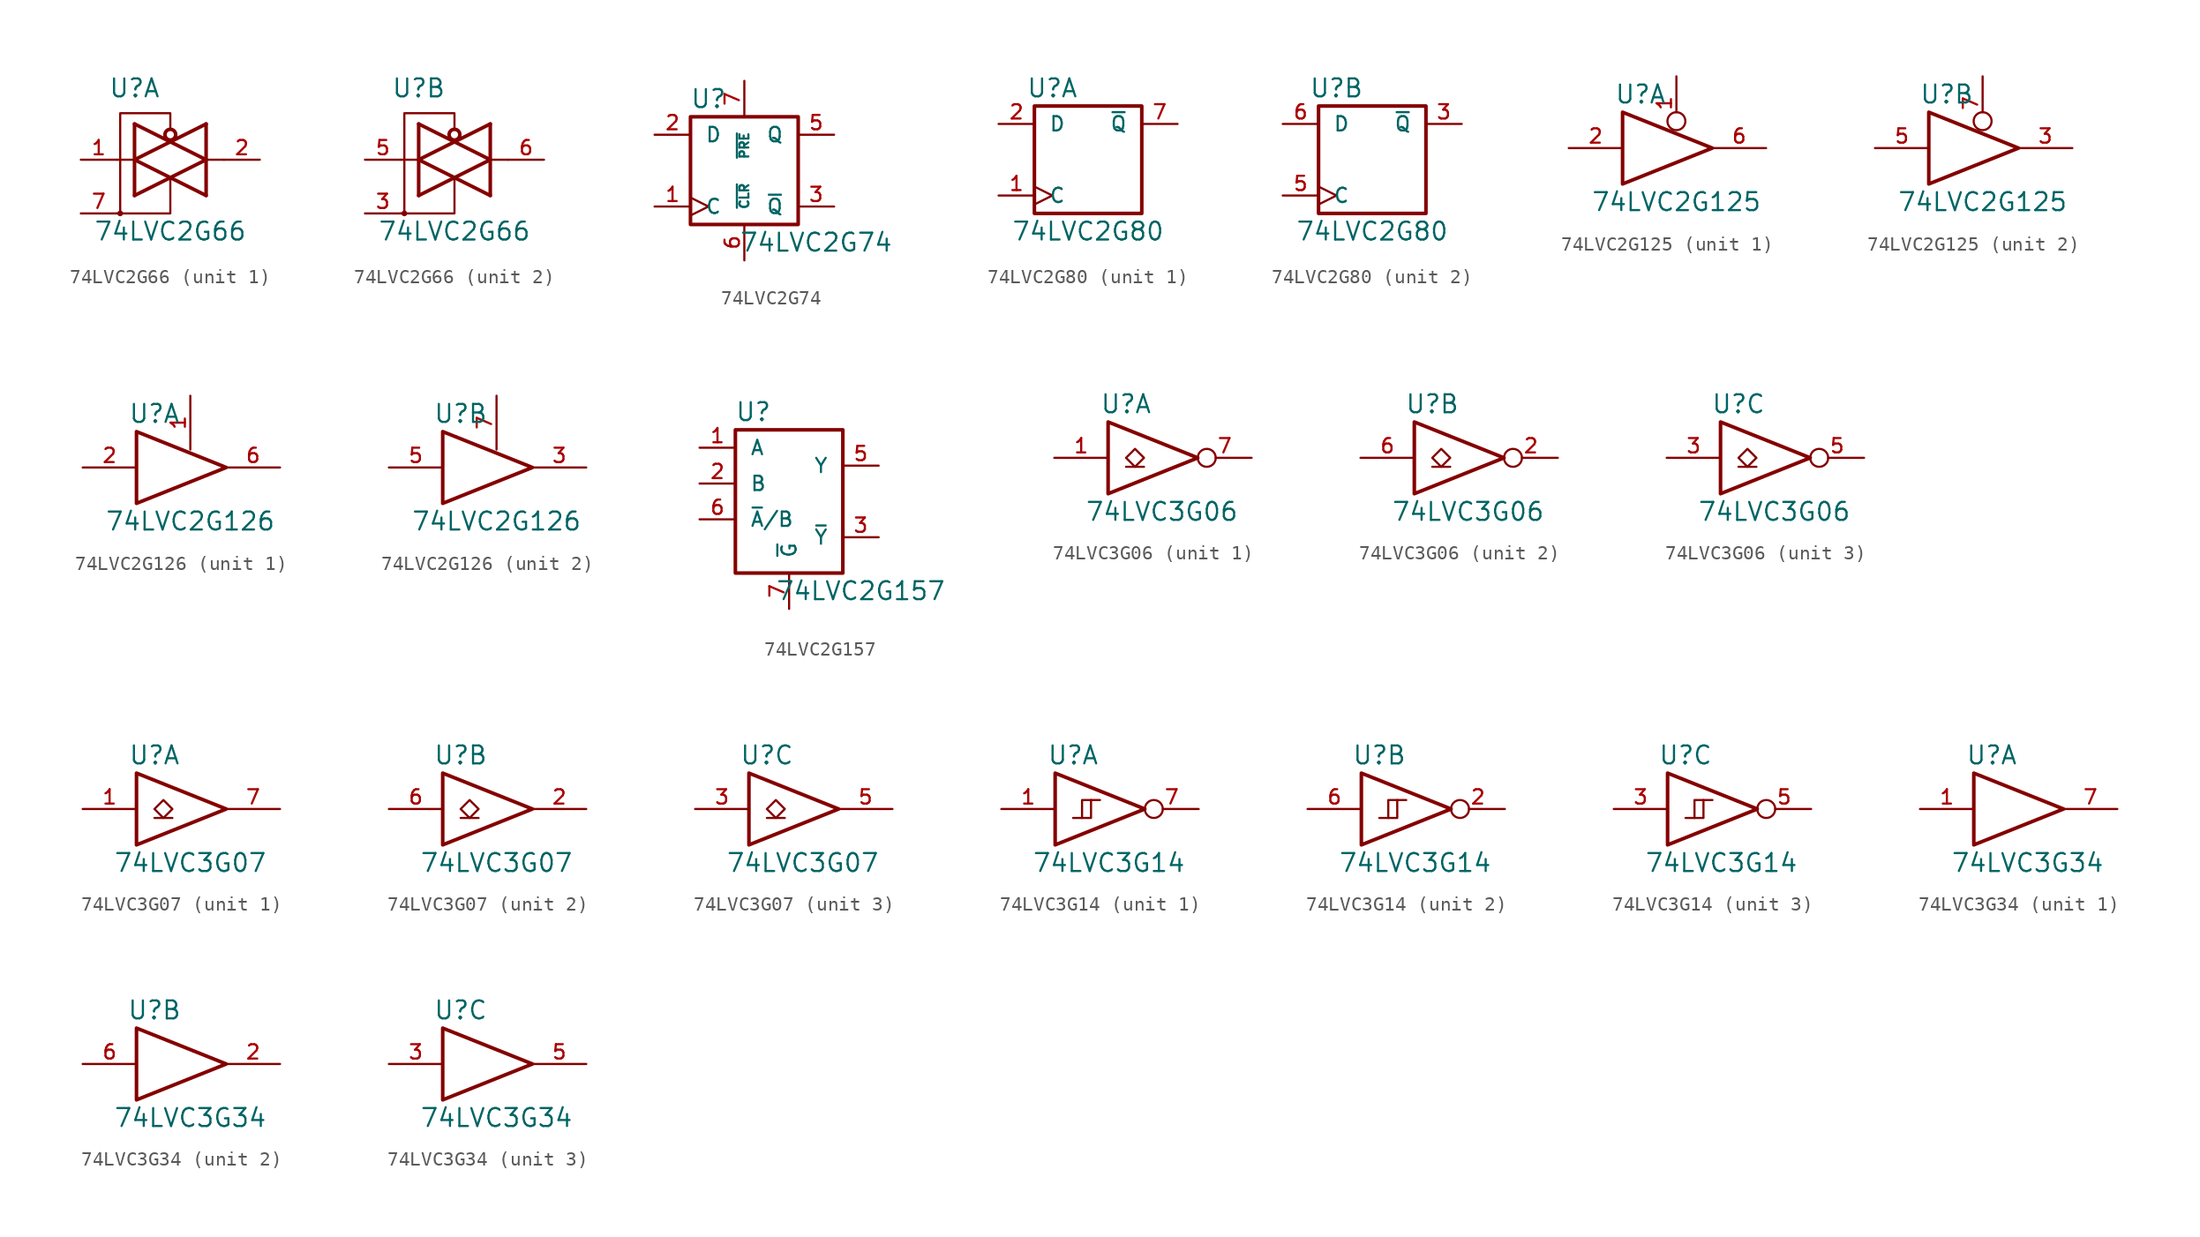
<source format=kicad_sym>
(kicad_symbol_lib
  (version 20201005)
  (generator kicad_symbol_editor)
  (symbol "74LVC2G66"
    (pin_names
      (offset 1.016))
    (property "Reference" "U"
      (at -2.54 5.08 0)
      (effects (font (size 1.27 1.27))))
    (property "Value" "74LVC2G66"
      (at 0 -5.08 0)
      (effects (font (size 1.27 1.27))))
    (symbol "74LVC2G66_0_1"
      (circle (center -3.556 -3.81) (radius 0.127) (stroke (width 0)) (fill (type none)))
      (circle (center 0 1.778) (radius 0.381) (stroke (width 0.254)) (fill (type none)))
      (polyline (pts (xy -3.81 0) (xy -2.54 0)) (stroke (width 0)) (fill (type none)))
      (polyline (pts (xy -2.54 2.54) (xy -2.54 -2.54)) (stroke (width 0.254)) (fill (type none)))
      (polyline (pts (xy 2.54 0) (xy 3.81 0)) (stroke (width 0)) (fill (type none)))
      (polyline (pts (xy 2.54 2.54) (xy 2.54 -2.54)) (stroke (width 0.254)) (fill (type none)))
      (polyline (pts (xy -3.81 -3.81) (xy 0 -3.81) (xy 0 -1.27)) (stroke (width 0)) (fill (type none)))
      (polyline (pts (xy -2.54 -2.54) (xy 2.54 0) (xy -2.54 2.54)) (stroke (width 0.254)) (fill (type none)))
      (polyline (pts (xy 2.54 2.54) (xy -2.54 0) (xy 2.54 -2.54)) (stroke (width 0.254)) (fill (type none)))
      (polyline (pts (xy 0 2.159) (xy 0 3.302) (xy -3.556 3.302) (xy -3.556 -3.81)) (stroke (width 0)) (fill (type none)))
      (pin power_in line (at 1.27 -3.81 270) (length 0) hide (name "GND" (effects (font (size 1.016 1.016)))) (number "4" (effects (font (size 1.016 1.016)))))
      (pin power_in line (at 1.27 3.81 90) (length 0) hide (name "VCC" (effects (font (size 1.016 1.016)))) (number "8" (effects (font (size 1.016 1.016))))))
    (symbol "74LVC2G66_1_1"
      (pin input line (at -6.35 0 0) (length 2.54) (name "~" (effects (font (size 1.016 1.016)))) (number "1" (effects (font (size 1.016 1.016)))))
      (pin tri_state line (at 6.35 0 180) (length 2.54) (name "~" (effects (font (size 1.016 1.016)))) (number "2" (effects (font (size 1.016 1.016)))))
      (pin input line (at -6.35 -3.81 0) (length 2.54) (name "~" (effects (font (size 1.016 1.016)))) (number "7" (effects (font (size 1.016 1.016))))))
    (symbol "74LVC2G66_2_1"
      (pin input line (at -6.35 -3.81 0) (length 2.54) (name "~" (effects (font (size 1.016 1.016)))) (number "3" (effects (font (size 1.016 1.016)))))
      (pin input line (at -6.35 0 0) (length 2.54) (name "~" (effects (font (size 1.016 1.016)))) (number "5" (effects (font (size 1.016 1.016)))))
      (pin tri_state line (at 6.35 0 180) (length 2.54) (name "~" (effects (font (size 1.016 1.016)))) (number "6" (effects (font (size 1.016 1.016)))))))
  (symbol "74LVC2G74"
    (pin_names
      (offset 1.016))
    (property "Reference" "U"
      (at -2.54 5.08 0)
      (effects (font (size 1.27 1.27))))
    (property "Value" "74LVC2G74"
      (at 5.08 -5.08 0)
      (effects (font (size 1.27 1.27))))
    (symbol "74LVC2G74_0_1"
      (rectangle (start -3.81 3.81) (end 3.81 -3.81) (stroke (width 0.254)) (fill (type none))))
    (symbol "74LVC2G74_1_1"
      (pin input clock (at -6.35 -2.54 0) (length 2.54) (name "C" (effects (font (size 1.016 1.016)))) (number "1" (effects (font (size 1.016 1.016)))))
      (pin input line (at -6.35 2.54 0) (length 2.54) (name "D" (effects (font (size 1.016 1.016)))) (number "2" (effects (font (size 1.016 1.016)))))
      (pin output line (at 6.35 -2.54 180) (length 2.54) (name "~Q" (effects (font (size 1.016 1.016)))) (number "3" (effects (font (size 1.016 1.016)))))
      (pin power_in line (at -3.81 -3.81 270) (length 0) hide (name "GND" (effects (font (size 1.016 1.016)))) (number "4" (effects (font (size 1.016 1.016)))))
      (pin output line (at 6.35 2.54 180) (length 2.54) (name "Q" (effects (font (size 1.016 1.016)))) (number "5" (effects (font (size 1.016 1.016)))))
      (pin input line (at 0 -6.35 90) (length 2.54) (name "~CLR" (effects (font (size 0.635 0.635)))) (number "6" (effects (font (size 1.016 1.016)))))
      (pin input line (at 0 6.35 270) (length 2.54) (name "~PRE" (effects (font (size 0.635 0.635)))) (number "7" (effects (font (size 1.016 1.016)))))
      (pin power_in line (at -3.81 3.81 90) (length 0) hide (name "VCC" (effects (font (size 1.016 1.016)))) (number "8" (effects (font (size 1.016 1.016)))))))
  (symbol "74LVC2G80"
    (pin_names
      (offset 1.016))
    (property "Reference" "U"
      (at -2.54 5.08 0)
      (effects (font (size 1.27 1.27))))
    (property "Value" "74LVC2G80"
      (at 0 -5.08 0)
      (effects (font (size 1.27 1.27))))
    (symbol "74LVC2G80_0_1"
      (rectangle (start -3.81 3.81) (end 3.81 -3.81) (stroke (width 0.254)) (fill (type none)))
      (pin power_in line (at 0 -3.81 270) (length 0) hide (name "GND" (effects (font (size 1.016 1.016)))) (number "4" (effects (font (size 1.016 1.016)))))
      (pin power_in line (at 0 3.81 90) (length 0) hide (name "VCC" (effects (font (size 1.016 1.016)))) (number "8" (effects (font (size 1.016 1.016))))))
    (symbol "74LVC2G80_1_1"
      (pin input clock (at -6.35 -2.54 0) (length 2.54) (name "C" (effects (font (size 1.016 1.016)))) (number "1" (effects (font (size 1.016 1.016)))))
      (pin input line (at -6.35 2.54 0) (length 2.54) (name "D" (effects (font (size 1.016 1.016)))) (number "2" (effects (font (size 1.016 1.016)))))
      (pin output line (at 6.35 2.54 180) (length 2.54) (name "~Q" (effects (font (size 1.016 1.016)))) (number "7" (effects (font (size 1.016 1.016))))))
    (symbol "74LVC2G80_2_1"
      (pin output line (at 6.35 2.54 180) (length 2.54) (name "~Q" (effects (font (size 1.016 1.016)))) (number "3" (effects (font (size 1.016 1.016)))))
      (pin input clock (at -6.35 -2.54 0) (length 2.54) (name "C" (effects (font (size 1.016 1.016)))) (number "5" (effects (font (size 1.016 1.016)))))
      (pin input line (at -6.35 2.54 0) (length 2.54) (name "D" (effects (font (size 1.016 1.016)))) (number "6" (effects (font (size 1.016 1.016)))))))
  (symbol "74LVC2G125"
    (pin_names
      (offset 1.016))
    (property "Reference" "U"
      (at -2.54 3.81 0)
      (effects (font (size 1.27 1.27))))
    (property "Value" "74LVC2G125"
      (at 0 -3.81 0)
      (effects (font (size 1.27 1.27))))
    (symbol "74LVC2G125_0_1"
      (polyline (pts (xy -3.81 2.54) (xy -3.81 -2.54) (xy 2.54 0) (xy -3.81 2.54)) (stroke (width 0.254)) (fill (type none)))
      (pin power_in line (at 1.27 -1.27 270) (length 0) hide (name "GND" (effects (font (size 1.016 1.016)))) (number "4" (effects (font (size 1.016 1.016)))))
      (pin power_in line (at 1.27 1.27 90) (length 0) hide (name "VCC" (effects (font (size 1.016 1.016)))) (number "8" (effects (font (size 1.016 1.016))))))
    (symbol "74LVC2G125_1_1"
      (pin input inverted (at 0 5.08 270) (length 3.81) (name "~" (effects (font (size 1.016 1.016)))) (number "1" (effects (font (size 1.016 1.016)))))
      (pin input line (at -7.62 0 0) (length 3.81) (name "~" (effects (font (size 1.016 1.016)))) (number "2" (effects (font (size 1.016 1.016)))))
      (pin tri_state line (at 6.35 0 180) (length 3.81) (name "~" (effects (font (size 1.016 1.016)))) (number "6" (effects (font (size 1.016 1.016))))))
    (symbol "74LVC2G125_2_1"
      (pin tri_state line (at 6.35 0 180) (length 3.81) (name "~" (effects (font (size 1.016 1.016)))) (number "3" (effects (font (size 1.016 1.016)))))
      (pin input line (at -7.62 0 0) (length 3.81) (name "~" (effects (font (size 1.016 1.016)))) (number "5" (effects (font (size 1.016 1.016)))))
      (pin input inverted (at 0 5.08 270) (length 3.81) (name "~" (effects (font (size 1.016 1.016)))) (number "7" (effects (font (size 1.016 1.016)))))))
  (symbol "74LVC2G126"
    (pin_names
      (offset 1.016))
    (property "Reference" "U"
      (at -2.54 3.81 0)
      (effects (font (size 1.27 1.27))))
    (property "Value" "74LVC2G126"
      (at 0 -3.81 0)
      (effects (font (size 1.27 1.27))))
    (symbol "74LVC2G126_0_1"
      (polyline (pts (xy -3.81 2.54) (xy -3.81 -2.54) (xy 2.54 0) (xy -3.81 2.54)) (stroke (width 0.254)) (fill (type none)))
      (pin power_in line (at 1.27 -1.27 270) (length 0) hide (name "GND" (effects (font (size 1.016 1.016)))) (number "4" (effects (font (size 1.016 1.016)))))
      (pin power_in line (at 1.27 1.27 90) (length 0) hide (name "VCC" (effects (font (size 1.016 1.016)))) (number "8" (effects (font (size 1.016 1.016))))))
    (symbol "74LVC2G126_1_1"
      (pin input line (at 0 5.08 270) (length 3.81) (name "~" (effects (font (size 1.016 1.016)))) (number "1" (effects (font (size 1.016 1.016)))))
      (pin input line (at -7.62 0 0) (length 3.81) (name "~" (effects (font (size 1.016 1.016)))) (number "2" (effects (font (size 1.016 1.016)))))
      (pin tri_state line (at 6.35 0 180) (length 3.81) (name "~" (effects (font (size 1.016 1.016)))) (number "6" (effects (font (size 1.016 1.016))))))
    (symbol "74LVC2G126_2_1"
      (pin tri_state line (at 6.35 0 180) (length 3.81) (name "~" (effects (font (size 1.016 1.016)))) (number "3" (effects (font (size 1.016 1.016)))))
      (pin input line (at -7.62 0 0) (length 3.81) (name "~" (effects (font (size 1.016 1.016)))) (number "5" (effects (font (size 1.016 1.016)))))
      (pin input line (at 0 5.08 270) (length 3.81) (name "~" (effects (font (size 1.016 1.016)))) (number "7" (effects (font (size 1.016 1.016)))))))
  (symbol "74LVC2G157"
    (pin_names
      (offset 1.016))
    (property "Reference" "U"
      (at -2.54 6.35 0)
      (effects (font (size 1.27 1.27))))
    (property "Value" "74LVC2G157"
      (at 5.08 -6.35 0)
      (effects (font (size 1.27 1.27))))
    (symbol "74LVC2G157_0_1"
      (rectangle (start -3.81 5.08) (end 3.81 -5.08) (stroke (width 0.254)) (fill (type none))))
    (symbol "74LVC2G157_1_1"
      (pin input line (at -6.35 3.81 0) (length 2.54) (name "A" (effects (font (size 1.016 1.016)))) (number "1" (effects (font (size 1.016 1.016)))))
      (pin input line (at -6.35 1.27 0) (length 2.54) (name "B" (effects (font (size 1.016 1.016)))) (number "2" (effects (font (size 1.016 1.016)))))
      (pin output line (at 6.35 -2.54 180) (length 2.54) (name "~Y" (effects (font (size 1.016 1.016)))) (number "3" (effects (font (size 1.016 1.016)))))
      (pin power_in line (at 2.54 -5.08 270) (length 0) hide (name "GND" (effects (font (size 1.016 1.016)))) (number "4" (effects (font (size 1.016 1.016)))))
      (pin output line (at 6.35 2.54 180) (length 2.54) (name "Y" (effects (font (size 1.016 1.016)))) (number "5" (effects (font (size 1.016 1.016)))))
      (pin input line (at -6.35 -1.27 0) (length 2.54) (name "~A~/B" (effects (font (size 1.016 1.016)))) (number "6" (effects (font (size 1.016 1.016)))))
      (pin input line (at 0 -7.62 90) (length 2.54) (name "~G" (effects (font (size 1.016 1.016)))) (number "7" (effects (font (size 1.016 1.016)))))
      (pin power_in line (at 2.54 5.08 90) (length 0) hide (name "VCC" (effects (font (size 1.016 1.016)))) (number "8" (effects (font (size 1.016 1.016)))))))
  (symbol "74LVC3G06"
    (pin_names
      (offset 1.016))
    (property "Reference" "U"
      (at -2.54 3.81 0)
      (effects (font (size 1.27 1.27))))
    (property "Value" "74LVC3G06"
      (at 0 -3.81 0)
      (effects (font (size 1.27 1.27))))
    (symbol "74LVC3G06_0_1"
      (polyline (pts (xy -2.54 -0.635) (xy -1.27 -0.635)) (stroke (width 0)) (fill (type none)))
      (polyline (pts (xy -3.81 2.54) (xy -3.81 -2.54) (xy 2.54 0) (xy -3.81 2.54)) (stroke (width 0.254)) (fill (type none)))
      (polyline (pts (xy -1.905 0.635) (xy -2.54 0) (xy -1.905 -0.635) (xy -1.27 0) (xy -1.905 0.635)) (stroke (width 0)) (fill (type none)))
      (pin power_in line (at 0 -2.54 270) (length 0) hide (name "GND" (effects (font (size 1.016 1.016)))) (number "4" (effects (font (size 1.016 1.016)))))
      (pin power_in line (at 0 2.54 90) (length 0) hide (name "VCC" (effects (font (size 1.016 1.016)))) (number "8" (effects (font (size 1.016 1.016))))))
    (symbol "74LVC3G06_1_1"
      (pin input line (at -7.62 0 0) (length 3.81) (name "~" (effects (font (size 1.016 1.016)))) (number "1" (effects (font (size 1.016 1.016)))))
      (pin open_collector inverted (at 6.35 0 180) (length 3.81) (name "~" (effects (font (size 1.016 1.016)))) (number "7" (effects (font (size 1.016 1.016))))))
    (symbol "74LVC3G06_2_1"
      (pin open_collector inverted (at 6.35 0 180) (length 3.81) (name "~" (effects (font (size 1.016 1.016)))) (number "2" (effects (font (size 1.016 1.016)))))
      (pin input line (at -7.62 0 0) (length 3.81) (name "~" (effects (font (size 1.016 1.016)))) (number "6" (effects (font (size 1.016 1.016))))))
    (symbol "74LVC3G06_3_1"
      (pin input line (at -7.62 0 0) (length 3.81) (name "~" (effects (font (size 1.016 1.016)))) (number "3" (effects (font (size 1.016 1.016)))))
      (pin open_collector inverted (at 6.35 0 180) (length 3.81) (name "~" (effects (font (size 1.016 1.016)))) (number "5" (effects (font (size 1.016 1.016)))))))
  (symbol "74LVC3G07"
    (pin_names
      (offset 1.016))
    (property "Reference" "U"
      (at -2.54 3.81 0)
      (effects (font (size 1.27 1.27))))
    (property "Value" "74LVC3G07"
      (at 0 -3.81 0)
      (effects (font (size 1.27 1.27))))
    (symbol "74LVC3G07_0_1"
      (polyline (pts (xy -2.54 -0.635) (xy -1.27 -0.635)) (stroke (width 0)) (fill (type none)))
      (polyline (pts (xy -3.81 2.54) (xy -3.81 -2.54) (xy 2.54 0) (xy -3.81 2.54)) (stroke (width 0.254)) (fill (type none)))
      (polyline (pts (xy -1.905 0.635) (xy -2.54 0) (xy -1.905 -0.635) (xy -1.27 0) (xy -1.905 0.635)) (stroke (width 0)) (fill (type none)))
      (pin power_in line (at 0 -2.54 270) (length 0) hide (name "GND" (effects (font (size 1.016 1.016)))) (number "4" (effects (font (size 1.016 1.016)))))
      (pin power_in line (at 0 2.54 90) (length 0) hide (name "VCC" (effects (font (size 1.016 1.016)))) (number "8" (effects (font (size 1.016 1.016))))))
    (symbol "74LVC3G07_1_1"
      (pin input line (at -7.62 0 0) (length 3.81) (name "~" (effects (font (size 1.016 1.016)))) (number "1" (effects (font (size 1.016 1.016)))))
      (pin open_collector line (at 6.35 0 180) (length 3.81) (name "~" (effects (font (size 1.016 1.016)))) (number "7" (effects (font (size 1.016 1.016))))))
    (symbol "74LVC3G07_2_1"
      (pin open_collector line (at 6.35 0 180) (length 3.81) (name "~" (effects (font (size 1.016 1.016)))) (number "2" (effects (font (size 1.016 1.016)))))
      (pin input line (at -7.62 0 0) (length 3.81) (name "~" (effects (font (size 1.016 1.016)))) (number "6" (effects (font (size 1.016 1.016))))))
    (symbol "74LVC3G07_3_1"
      (pin input line (at -7.62 0 0) (length 3.81) (name "~" (effects (font (size 1.016 1.016)))) (number "3" (effects (font (size 1.016 1.016)))))
      (pin open_collector line (at 6.35 0 180) (length 3.81) (name "~" (effects (font (size 1.016 1.016)))) (number "5" (effects (font (size 1.016 1.016)))))))
  (symbol "74LVC3G14"
    (pin_names
      (offset 1.016))
    (property "Reference" "U"
      (at -2.54 3.81 0)
      (effects (font (size 1.27 1.27))))
    (property "Value" "74LVC3G14"
      (at 0 -3.81 0)
      (effects (font (size 1.27 1.27))))
    (symbol "74LVC3G14_0_1"
      (polyline (pts (xy -1.905 -0.635) (xy -1.27 -0.635) (xy -1.27 0.635)) (stroke (width 0)) (fill (type none)))
      (polyline (pts (xy -3.81 2.54) (xy -3.81 -2.54) (xy 2.54 0) (xy -3.81 2.54)) (stroke (width 0.254)) (fill (type none)))
      (polyline (pts (xy -2.54 -0.635) (xy -1.905 -0.635) (xy -1.905 0.635) (xy -0.635 0.635)) (stroke (width 0)) (fill (type none)))
      (pin power_in line (at 0 -2.54 270) (length 0) hide (name "GND" (effects (font (size 1.016 1.016)))) (number "4" (effects (font (size 1.016 1.016)))))
      (pin power_in line (at 0 2.54 90) (length 0) hide (name "VCC" (effects (font (size 1.016 1.016)))) (number "8" (effects (font (size 1.016 1.016))))))
    (symbol "74LVC3G14_1_1"
      (pin input line (at -7.62 0 0) (length 3.81) (name "~" (effects (font (size 1.016 1.016)))) (number "1" (effects (font (size 1.016 1.016)))))
      (pin output inverted (at 6.35 0 180) (length 3.81) (name "~" (effects (font (size 1.016 1.016)))) (number "7" (effects (font (size 1.016 1.016))))))
    (symbol "74LVC3G14_2_1"
      (pin output inverted (at 6.35 0 180) (length 3.81) (name "~" (effects (font (size 1.016 1.016)))) (number "2" (effects (font (size 1.016 1.016)))))
      (pin input line (at -7.62 0 0) (length 3.81) (name "~" (effects (font (size 1.016 1.016)))) (number "6" (effects (font (size 1.016 1.016))))))
    (symbol "74LVC3G14_3_1"
      (pin input line (at -7.62 0 0) (length 3.81) (name "~" (effects (font (size 1.016 1.016)))) (number "3" (effects (font (size 1.016 1.016)))))
      (pin output inverted (at 6.35 0 180) (length 3.81) (name "~" (effects (font (size 1.016 1.016)))) (number "5" (effects (font (size 1.016 1.016)))))))
  (symbol "74LVC3G34"
    (pin_names
      (offset 1.016))
    (property "Reference" "U"
      (at -2.54 3.81 0)
      (effects (font (size 1.27 1.27))))
    (property "Value" "74LVC3G34"
      (at 0 -3.81 0)
      (effects (font (size 1.27 1.27))))
    (symbol "74LVC3G34_0_1"
      (polyline (pts (xy -3.81 2.54) (xy -3.81 -2.54) (xy 2.54 0) (xy -3.81 2.54)) (stroke (width 0.254)) (fill (type none)))
      (pin power_in line (at 0 -2.54 270) (length 0) hide (name "GND" (effects (font (size 1.016 1.016)))) (number "4" (effects (font (size 1.016 1.016)))))
      (pin power_in line (at 0 2.54 90) (length 0) hide (name "VCC" (effects (font (size 1.016 1.016)))) (number "8" (effects (font (size 1.016 1.016))))))
    (symbol "74LVC3G34_1_1"
      (pin input line (at -7.62 0 0) (length 3.81) (name "~" (effects (font (size 1.016 1.016)))) (number "1" (effects (font (size 1.016 1.016)))))
      (pin output line (at 6.35 0 180) (length 3.81) (name "~" (effects (font (size 1.016 1.016)))) (number "7" (effects (font (size 1.016 1.016))))))
    (symbol "74LVC3G34_2_1"
      (pin output line (at 6.35 0 180) (length 3.81) (name "~" (effects (font (size 1.016 1.016)))) (number "2" (effects (font (size 1.016 1.016)))))
      (pin input line (at -7.62 0 0) (length 3.81) (name "~" (effects (font (size 1.016 1.016)))) (number "6" (effects (font (size 1.016 1.016))))))
    (symbol "74LVC3G34_3_1"
      (pin input line (at -7.62 0 0) (length 3.81) (name "~" (effects (font (size 1.016 1.016)))) (number "3" (effects (font (size 1.016 1.016)))))
      (pin output line (at 6.35 0 180) (length 3.81) (name "~" (effects (font (size 1.016 1.016)))) (number "5" (effects (font (size 1.016 1.016))))))))
</source>
